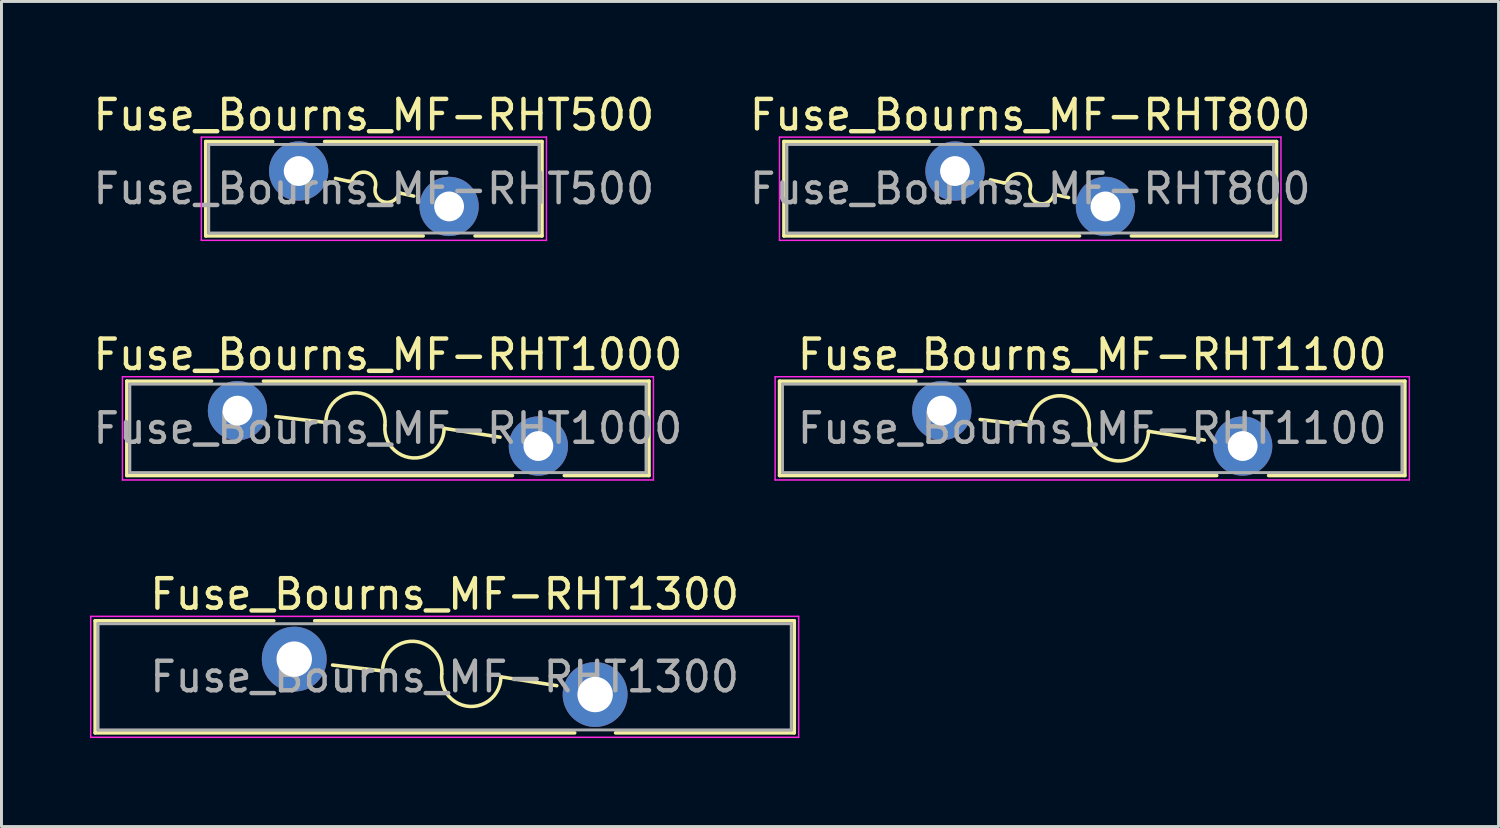
<source format=kicad_pcb>
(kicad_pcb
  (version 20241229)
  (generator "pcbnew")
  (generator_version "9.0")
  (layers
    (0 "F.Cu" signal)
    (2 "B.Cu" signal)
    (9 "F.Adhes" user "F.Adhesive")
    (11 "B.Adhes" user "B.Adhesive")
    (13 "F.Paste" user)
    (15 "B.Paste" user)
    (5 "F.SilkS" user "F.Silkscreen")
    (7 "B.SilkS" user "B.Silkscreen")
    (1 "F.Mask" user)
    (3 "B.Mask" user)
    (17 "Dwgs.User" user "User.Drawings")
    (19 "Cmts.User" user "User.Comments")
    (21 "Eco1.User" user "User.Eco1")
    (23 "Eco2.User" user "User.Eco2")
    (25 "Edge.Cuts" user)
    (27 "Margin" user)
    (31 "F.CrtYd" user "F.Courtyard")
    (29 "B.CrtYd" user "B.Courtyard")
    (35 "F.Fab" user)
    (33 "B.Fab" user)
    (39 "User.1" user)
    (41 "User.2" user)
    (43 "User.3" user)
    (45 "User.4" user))
  (footprint "Fuse_Bourns_MF-RHT800"
    (layer "F.Cu")
    (at 29.325 2.748)
    (property "Reference" "Fuse_Bourns_MF-RHT800" (at 2.55 -1.9 0) (layer "F.SilkS") (effects (font (size 1 1) (thickness 0.15))))
    (fp_line (start -5.8 -1) (end -5.8 2.2) (stroke (width 0.12) (type solid)) (layer "F.SilkS"))
    (fp_line (start -5.8 -1) (end -0.879 -1) (stroke (width 0.12) (type solid)) (layer "F.SilkS"))
    (fp_line (start -5.8 2.2) (end 4.222 2.2) (stroke (width 0.12) (type solid)) (layer "F.SilkS"))
    (fp_line (start 0.879 -1) (end 10.9 -1) (stroke (width 0.12) (type solid)) (layer "F.SilkS"))
    (fp_line (start 1.2 0.3) (end 1.65 0.4) (stroke (width 0.12) (type solid)) (layer "F.SilkS"))
    (fp_line (start 1.75 0.4) (end 1.65 0.4) (stroke (width 0.12) (type solid)) (layer "F.SilkS"))
    (fp_line (start 3.35 0.8) (end 3.4 0.8) (stroke (width 0.12) (type solid)) (layer "F.SilkS"))
    (fp_line (start 3.4 0.8) (end 3.85 0.9) (stroke (width 0.12) (type solid)) (layer "F.SilkS"))
    (fp_line (start 5.979 2.2) (end 10.9 2.2) (stroke (width 0.12) (type solid)) (layer "F.SilkS"))
    (fp_line (start 10.9 -1) (end 10.9 2.2) (stroke (width 0.12) (type solid)) (layer "F.SilkS"))
    (fp_arc (start 1.750001 0.400001) (mid 2.249999 0.100001) (end 2.549999 0.599999) (stroke (width 0.12) (type solid)) (layer "F.SilkS"))
    (fp_arc (start 3.349999 0.799999) (mid 2.850001 1.099999) (end 2.550001 0.600001) (stroke (width 0.12) (type solid)) (layer "F.SilkS"))
    (fp_line (start -5.95 -1.15) (end -5.95 2.35) (stroke (width 0.05) (type solid)) (layer "F.CrtYd"))
    (fp_line (start -5.95 2.35) (end 11.05 2.35) (stroke (width 0.05) (type solid)) (layer "F.CrtYd"))
    (fp_line (start 11.05 -1.15) (end -5.95 -1.15) (stroke (width 0.05) (type solid)) (layer "F.CrtYd"))
    (fp_line (start 11.05 2.35) (end 11.05 -1.15) (stroke (width 0.05) (type solid)) (layer "F.CrtYd"))
    (fp_line (start -5.7 -0.9) (end -5.7 2.1) (stroke (width 0.1) (type solid)) (layer "F.Fab"))
    (fp_line (start -5.7 2.1) (end 10.8 2.1) (stroke (width 0.1) (type solid)) (layer "F.Fab"))
    (fp_line (start 10.8 -0.9) (end -5.7 -0.9) (stroke (width 0.1) (type solid)) (layer "F.Fab"))
    (fp_line (start 10.8 2.1) (end 10.8 -0.9) (stroke (width 0.1) (type solid)) (layer "F.Fab"))
    (fp_text user "${REFERENCE}" (at 2.55 0.6 0) (layer "F.Fab") (effects (font (size 1 1) (thickness 0.15))))
    (pad "1" thru_hole circle (at 0 0) (size 2.01 2.01) (drill 1.01) (layers "*.Cu" "*.Mask"))
    (pad "2" thru_hole circle (at 5.1 1.2) (size 2.01 2.01) (drill 1.01) (layers "*.Cu" "*.Mask")))
  (footprint "Fuse_Bourns_MF-RHT1300"
    (layer "F.Cu")
    (at 6.925 19.295)
    (property "Reference" "Fuse_Bourns_MF-RHT1300" (at 5.1 -2.2 0) (layer "F.SilkS") (effects (font (size 1 1) (thickness 0.15))))
    (fp_line (start -6.75 -1.301) (end -6.75 2.5) (stroke (width 0.12) (type solid)) (layer "F.SilkS"))
    (fp_line (start -6.75 -1.301) (end -0.693 -1.301) (stroke (width 0.12) (type solid)) (layer "F.SilkS"))
    (fp_line (start -6.75 2.5) (end 9.508 2.5) (stroke (width 0.12) (type solid)) (layer "F.SilkS"))
    (fp_line (start 0.693 -1.301) (end 16.951 -1.301) (stroke (width 0.12) (type solid)) (layer "F.SilkS"))
    (fp_line (start 1.3 0.2) (end 2.995 0.4) (stroke (width 0.12) (type solid)) (layer "F.SilkS"))
    (fp_line (start 7.005 0.6) (end 8.9 0.9) (stroke (width 0.12) (type solid)) (layer "F.SilkS"))
    (fp_line (start 10.893 2.5) (end 16.951 2.5) (stroke (width 0.12) (type solid)) (layer "F.SilkS"))
    (fp_line (start 16.951 -1.301) (end 16.951 2.5) (stroke (width 0.12) (type solid)) (layer "F.SilkS"))
    (fp_arc (start 2.995014 0.4) (mid 4.050062 -0.603738) (end 4.999999 0.499999) (stroke (width 0.12) (type solid)) (layer "F.SilkS"))
    (fp_arc (start 7.004986 0.6) (mid 5.949938 1.603738) (end 5.000001 0.500001) (stroke (width 0.12) (type solid)) (layer "F.SilkS"))
    (fp_line (start -6.9 -1.45) (end -6.9 2.65) (stroke (width 0.05) (type solid)) (layer "F.CrtYd"))
    (fp_line (start -6.9 2.65) (end 17.1 2.65) (stroke (width 0.05) (type solid)) (layer "F.CrtYd"))
    (fp_line (start 17.1 -1.45) (end -6.9 -1.45) (stroke (width 0.05) (type solid)) (layer "F.CrtYd"))
    (fp_line (start 17.1 2.65) (end 17.1 -1.45) (stroke (width 0.05) (type solid)) (layer "F.CrtYd"))
    (fp_line (start -6.65 -1.2) (end -6.65 2.4) (stroke (width 0.1) (type solid)) (layer "F.Fab"))
    (fp_line (start -6.65 2.4) (end 16.85 2.4) (stroke (width 0.1) (type solid)) (layer "F.Fab"))
    (fp_line (start 16.85 -1.2) (end -6.65 -1.2) (stroke (width 0.1) (type solid)) (layer "F.Fab"))
    (fp_line (start 16.85 2.4) (end 16.85 -1.2) (stroke (width 0.1) (type solid)) (layer "F.Fab"))
    (fp_text user "${REFERENCE}" (at 5.1 0.6 0) (layer "F.Fab") (effects (font (size 1 1) (thickness 0.15))))
    (pad "1" thru_hole circle (at 0 0) (size 2.2 2.2) (drill 1.2) (layers "*.Cu" "*.Mask"))
    (pad "2" thru_hole circle (at 10.2 1.2) (size 2.2 2.2) (drill 1.2) (layers "*.Cu" "*.Mask")))
  (footprint "Fuse_Bourns_MF-RHT500"
    (layer "F.Cu")
    (at 7.075 2.748)
    (property "Reference" "Fuse_Bourns_MF-RHT500" (at 2.55 -1.9 0) (layer "F.SilkS") (effects (font (size 1 1) (thickness 0.15))))
    (fp_line (start -3.15 -1) (end -3.15 2.2) (stroke (width 0.12) (type solid)) (layer "F.SilkS"))
    (fp_line (start -3.15 -1) (end -0.879 -1) (stroke (width 0.12) (type solid)) (layer "F.SilkS"))
    (fp_line (start -3.15 2.2) (end 4.222 2.2) (stroke (width 0.12) (type solid)) (layer "F.SilkS"))
    (fp_line (start 0.879 -1) (end 8.25 -1) (stroke (width 0.12) (type solid)) (layer "F.SilkS"))
    (fp_line (start 1.25 0.25) (end 1.7 0.35) (stroke (width 0.12) (type solid)) (layer "F.SilkS"))
    (fp_line (start 1.8 0.35) (end 1.7 0.35) (stroke (width 0.12) (type solid)) (layer "F.SilkS"))
    (fp_line (start 3.4 0.75) (end 3.45 0.75) (stroke (width 0.12) (type solid)) (layer "F.SilkS"))
    (fp_line (start 3.45 0.75) (end 3.9 0.85) (stroke (width 0.12) (type solid)) (layer "F.SilkS"))
    (fp_line (start 5.979 2.2) (end 8.25 2.2) (stroke (width 0.12) (type solid)) (layer "F.SilkS"))
    (fp_line (start 8.25 -1) (end 8.25 2.2) (stroke (width 0.12) (type solid)) (layer "F.SilkS"))
    (fp_arc (start 1.800001 0.350001) (mid 2.299999 0.050001) (end 2.599999 0.549999) (stroke (width 0.12) (type solid)) (layer "F.SilkS"))
    (fp_arc (start 3.399999 0.749999) (mid 2.900001 1.049999) (end 2.600001 0.550001) (stroke (width 0.12) (type solid)) (layer "F.SilkS"))
    (fp_line (start -3.3 -1.15) (end -3.3 2.35) (stroke (width 0.05) (type solid)) (layer "F.CrtYd"))
    (fp_line (start -3.3 2.35) (end 8.4 2.35) (stroke (width 0.05) (type solid)) (layer "F.CrtYd"))
    (fp_line (start 8.4 -1.15) (end -3.3 -1.15) (stroke (width 0.05) (type solid)) (layer "F.CrtYd"))
    (fp_line (start 8.4 2.35) (end 8.4 -1.15) (stroke (width 0.05) (type solid)) (layer "F.CrtYd"))
    (fp_line (start -3.05 -0.9) (end -3.05 2.1) (stroke (width 0.1) (type solid)) (layer "F.Fab"))
    (fp_line (start -3.05 2.1) (end 8.15 2.1) (stroke (width 0.1) (type solid)) (layer "F.Fab"))
    (fp_line (start 8.15 -0.9) (end -3.05 -0.9) (stroke (width 0.1) (type solid)) (layer "F.Fab"))
    (fp_line (start 8.15 2.1) (end 8.15 -0.9) (stroke (width 0.1) (type solid)) (layer "F.Fab"))
    (fp_text user "${REFERENCE}" (at 2.55 0.6 0) (layer "F.Fab") (effects (font (size 1 1) (thickness 0.15))))
    (pad "1" thru_hole circle (at 0 0) (size 2.01 2.01) (drill 1.01) (layers "*.Cu" "*.Mask"))
    (pad "2" thru_hole circle (at 5.1 1.2) (size 2.01 2.01) (drill 1.01) (layers "*.Cu" "*.Mask")))
  (footprint "Fuse_Bourns_MF-RHT1000"
    (layer "F.Cu")
    (at 5.001 10.871)
    (property "Reference" "Fuse_Bourns_MF-RHT1000" (at 5.1 -1.9 0) (layer "F.SilkS") (effects (font (size 1 1) (thickness 0.15))))
    (fp_line (start -3.751 -1) (end -3.751 2.2) (stroke (width 0.12) (type solid)) (layer "F.SilkS"))
    (fp_line (start -3.751 -1) (end -0.879 -1) (stroke (width 0.12) (type solid)) (layer "F.SilkS"))
    (fp_line (start -3.751 2.2) (end 9.322 2.2) (stroke (width 0.12) (type solid)) (layer "F.SilkS"))
    (fp_line (start 0.879 -1) (end 13.95 -1) (stroke (width 0.12) (type solid)) (layer "F.SilkS"))
    (fp_line (start 1.3 0.2) (end 2.995 0.4) (stroke (width 0.12) (type solid)) (layer "F.SilkS"))
    (fp_line (start 7.005 0.6) (end 8.9 0.9) (stroke (width 0.12) (type solid)) (layer "F.SilkS"))
    (fp_line (start 11.079 2.2) (end 13.95 2.2) (stroke (width 0.12) (type solid)) (layer "F.SilkS"))
    (fp_line (start 13.95 -1) (end 13.95 2.2) (stroke (width 0.12) (type solid)) (layer "F.SilkS"))
    (fp_arc (start 2.995014 0.4) (mid 4.050062 -0.603738) (end 4.999999 0.499999) (stroke (width 0.12) (type solid)) (layer "F.SilkS"))
    (fp_arc (start 7.004986 0.6) (mid 5.949938 1.603738) (end 5.000001 0.500001) (stroke (width 0.12) (type solid)) (layer "F.SilkS"))
    (fp_line (start -3.9 -1.15) (end -3.9 2.35) (stroke (width 0.05) (type solid)) (layer "F.CrtYd"))
    (fp_line (start -3.9 2.35) (end 14.1 2.35) (stroke (width 0.05) (type solid)) (layer "F.CrtYd"))
    (fp_line (start 14.1 -1.15) (end -3.9 -1.15) (stroke (width 0.05) (type solid)) (layer "F.CrtYd"))
    (fp_line (start 14.1 2.35) (end 14.1 -1.15) (stroke (width 0.05) (type solid)) (layer "F.CrtYd"))
    (fp_line (start -3.65 -0.9) (end -3.65 2.1) (stroke (width 0.1) (type solid)) (layer "F.Fab"))
    (fp_line (start -3.65 2.1) (end 13.85 2.1) (stroke (width 0.1) (type solid)) (layer "F.Fab"))
    (fp_line (start 13.85 -0.9) (end -3.65 -0.9) (stroke (width 0.1) (type solid)) (layer "F.Fab"))
    (fp_line (start 13.85 2.1) (end 13.85 -0.9) (stroke (width 0.1) (type solid)) (layer "F.Fab"))
    (fp_text user "${REFERENCE}" (at 5.1 0.6 0) (layer "F.Fab") (effects (font (size 1 1) (thickness 0.15))))
    (pad "1" thru_hole circle (at 0 0) (size 2.01 2.01) (drill 1.01) (layers "*.Cu" "*.Mask"))
    (pad "2" thru_hole circle (at 10.2 1.2) (size 2.01 2.01) (drill 1.01) (layers "*.Cu" "*.Mask")))
  (footprint "Fuse_Bourns_MF-RHT1100"
    (layer "F.Cu")
    (at 28.877 10.871)
    (property "Reference" "Fuse_Bourns_MF-RHT1100" (at 5.1 -1.9 0) (layer "F.SilkS") (effects (font (size 1 1) (thickness 0.15))))
    (fp_line (start -5.5 -1) (end -5.5 2.2) (stroke (width 0.12) (type solid)) (layer "F.SilkS"))
    (fp_line (start -5.5 -1) (end -0.879 -1) (stroke (width 0.12) (type solid)) (layer "F.SilkS"))
    (fp_line (start -5.5 2.2) (end 9.322 2.2) (stroke (width 0.12) (type solid)) (layer "F.SilkS"))
    (fp_line (start 0.879 -1) (end 15.7 -1) (stroke (width 0.12) (type solid)) (layer "F.SilkS"))
    (fp_line (start 1.3 0.3) (end 2.995 0.5) (stroke (width 0.12) (type solid)) (layer "F.SilkS"))
    (fp_line (start 7.005 0.7) (end 8.9 1) (stroke (width 0.12) (type solid)) (layer "F.SilkS"))
    (fp_line (start 11.079 2.2) (end 15.7 2.2) (stroke (width 0.12) (type solid)) (layer "F.SilkS"))
    (fp_line (start 15.7 -1) (end 15.7 2.2) (stroke (width 0.12) (type solid)) (layer "F.SilkS"))
    (fp_arc (start 2.995014 0.5) (mid 4.050062 -0.503738) (end 4.999999 0.599999) (stroke (width 0.12) (type solid)) (layer "F.SilkS"))
    (fp_arc (start 7.004986 0.7) (mid 5.949938 1.703738) (end 5.000001 0.600001) (stroke (width 0.12) (type solid)) (layer "F.SilkS"))
    (fp_line (start -5.65 -1.15) (end -5.65 2.35) (stroke (width 0.05) (type solid)) (layer "F.CrtYd"))
    (fp_line (start -5.65 2.35) (end 15.85 2.35) (stroke (width 0.05) (type solid)) (layer "F.CrtYd"))
    (fp_line (start 15.85 -1.15) (end -5.65 -1.15) (stroke (width 0.05) (type solid)) (layer "F.CrtYd"))
    (fp_line (start 15.85 2.35) (end 15.85 -1.15) (stroke (width 0.05) (type solid)) (layer "F.CrtYd"))
    (fp_line (start -5.4 -0.9) (end -5.4 2.1) (stroke (width 0.1) (type solid)) (layer "F.Fab"))
    (fp_line (start -5.4 2.1) (end 15.6 2.1) (stroke (width 0.1) (type solid)) (layer "F.Fab"))
    (fp_line (start 15.6 -0.9) (end -5.4 -0.9) (stroke (width 0.1) (type solid)) (layer "F.Fab"))
    (fp_line (start 15.6 2.1) (end 15.6 -0.9) (stroke (width 0.1) (type solid)) (layer "F.Fab"))
    (fp_text user "${REFERENCE}" (at 5.1 0.6 0) (layer "F.Fab") (effects (font (size 1 1) (thickness 0.15))))
    (pad "1" thru_hole circle (at 0 0) (size 2.01 2.01) (drill 1.01) (layers "*.Cu" "*.Mask"))
    (pad "2" thru_hole circle (at 10.2 1.2) (size 2.01 2.01) (drill 1.01) (layers "*.Cu" "*.Mask")))
  (gr_rect
    (start -3 -3)
    (end 47.752 24.97)
    (stroke (width 0.1) (type default))
    (fill no)
    (layer "Edge.Cuts")))
</source>
